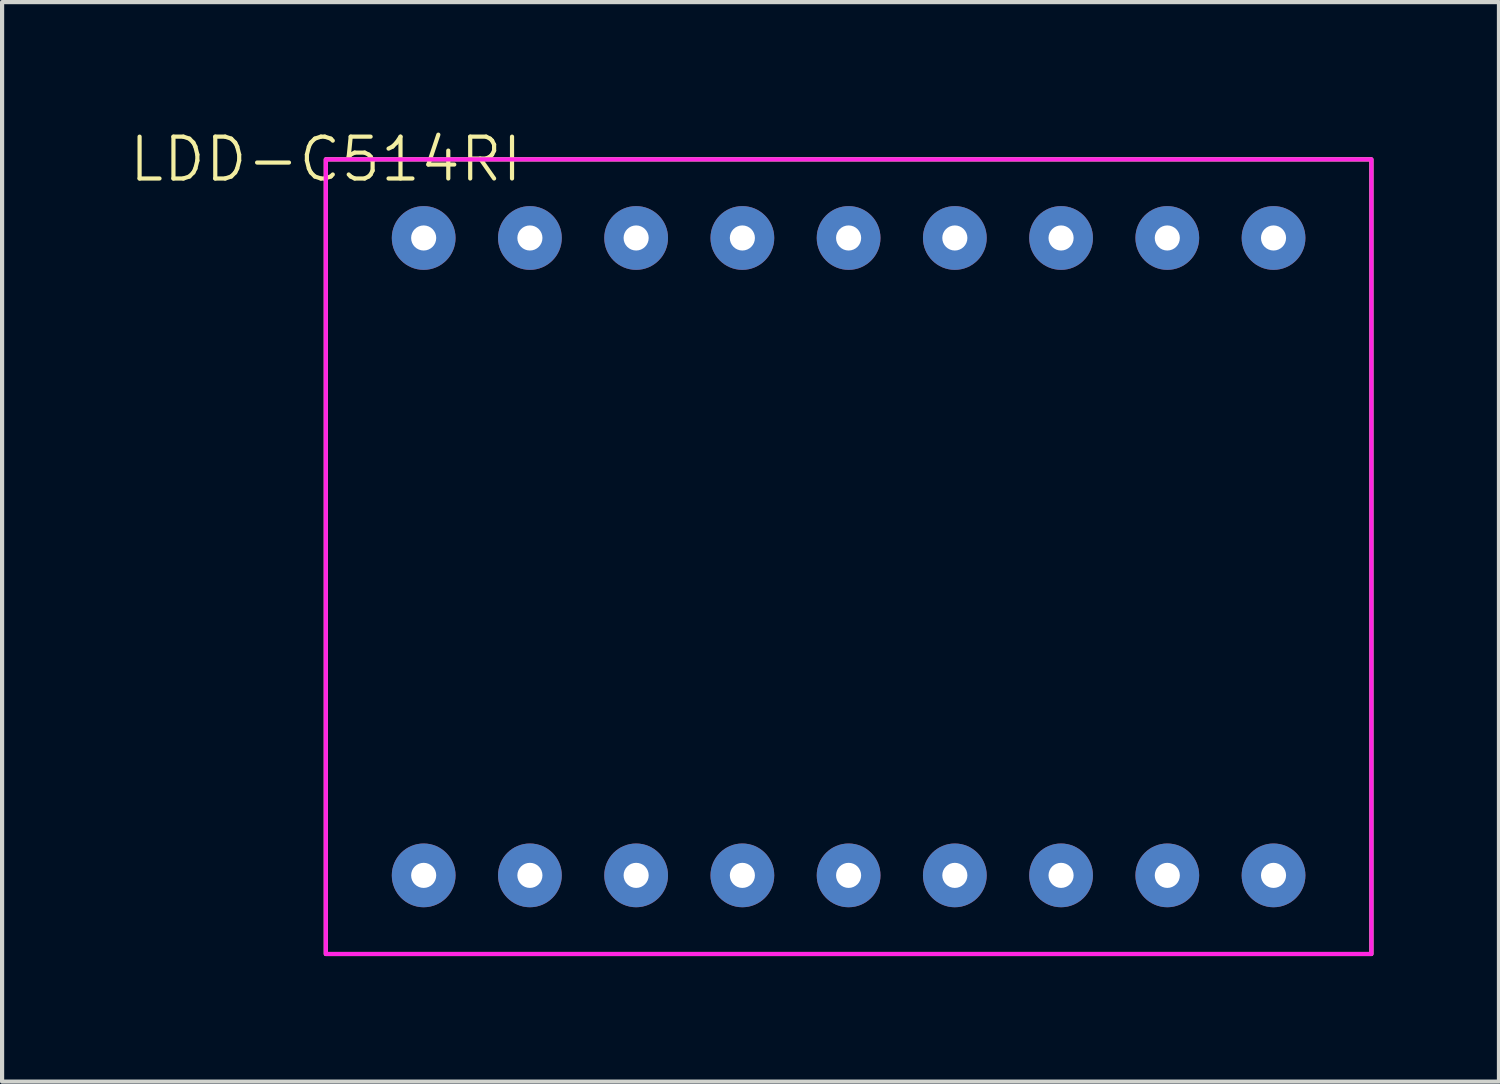
<source format=kicad_pcb>
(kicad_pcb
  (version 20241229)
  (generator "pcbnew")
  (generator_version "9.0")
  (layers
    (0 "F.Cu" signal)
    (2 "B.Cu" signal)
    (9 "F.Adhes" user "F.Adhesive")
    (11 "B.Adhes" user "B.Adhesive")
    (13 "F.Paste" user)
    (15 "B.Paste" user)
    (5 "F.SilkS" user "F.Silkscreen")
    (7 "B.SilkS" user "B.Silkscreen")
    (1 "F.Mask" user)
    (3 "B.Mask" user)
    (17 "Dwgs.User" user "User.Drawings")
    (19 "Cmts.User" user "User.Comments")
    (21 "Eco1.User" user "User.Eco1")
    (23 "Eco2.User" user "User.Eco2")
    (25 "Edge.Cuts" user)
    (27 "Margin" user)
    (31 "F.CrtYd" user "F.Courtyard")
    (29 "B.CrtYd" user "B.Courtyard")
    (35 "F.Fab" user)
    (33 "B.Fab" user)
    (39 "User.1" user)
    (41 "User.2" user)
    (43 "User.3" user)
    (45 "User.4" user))
  (footprint "LDD-C514RI"
    (layer "F.Cu")
    (at 4.74 0.76)
    (property "Reference" "LDD-C514RI" (at 0 0 0) (unlocked yes) (layer "F.SilkS") (effects (font (size 1 1) (thickness 0.1))))
    (attr through_hole)
    (fp_rect (start 0 0) (end 25 19) (stroke (width 0.1) (type default)) (fill no) (layer "F.SilkS"))
    (fp_rect (start 0 0) (end 25 19) (stroke (width 0.1) (type default)) (fill no) (layer "F.CrtYd"))
    (pad "1" thru_hole circle (at 2.34 17.12) (size 1.524 1.524) (drill 0.6) (layers "*.Cu" "*.Mask"))
    (pad "2" thru_hole circle (at 4.88 17.12) (size 1.524 1.524) (drill 0.6) (layers "*.Cu" "*.Mask"))
    (pad "3" thru_hole circle (at 7.42 17.12) (size 1.524 1.524) (drill 0.6) (layers "*.Cu" "*.Mask"))
    (pad "4" thru_hole circle (at 9.96 17.12) (size 1.524 1.524) (drill 0.6) (layers "*.Cu" "*.Mask"))
    (pad "5" thru_hole circle (at 12.5 17.12) (size 1.524 1.524) (drill 0.6) (layers "*.Cu" "*.Mask"))
    (pad "6" thru_hole circle (at 15.04 17.12) (size 1.524 1.524) (drill 0.6) (layers "*.Cu" "*.Mask"))
    (pad "7" thru_hole circle (at 17.58 17.12) (size 1.524 1.524) (drill 0.6) (layers "*.Cu" "*.Mask"))
    (pad "8" thru_hole circle (at 20.12 17.12) (size 1.524 1.524) (drill 0.6) (layers "*.Cu" "*.Mask"))
    (pad "9" thru_hole circle (at 22.66 17.12) (size 1.524 1.524) (drill 0.6) (layers "*.Cu" "*.Mask"))
    (pad "10" thru_hole circle (at 22.66 1.88) (size 1.524 1.524) (drill 0.6) (layers "*.Cu" "*.Mask"))
    (pad "11" thru_hole circle (at 20.12 1.88) (size 1.524 1.524) (drill 0.6) (layers "*.Cu" "*.Mask"))
    (pad "12" thru_hole circle (at 17.58 1.88) (size 1.524 1.524) (drill 0.6) (layers "*.Cu" "*.Mask"))
    (pad "13" thru_hole circle (at 15.04 1.88) (size 1.524 1.524) (drill 0.6) (layers "*.Cu" "*.Mask"))
    (pad "14" thru_hole circle (at 12.5 1.88) (size 1.524 1.524) (drill 0.6) (layers "*.Cu" "*.Mask"))
    (pad "15" thru_hole circle (at 9.96 1.88) (size 1.524 1.524) (drill 0.6) (layers "*.Cu" "*.Mask"))
    (pad "16" thru_hole circle (at 7.42 1.88) (size 1.524 1.524) (drill 0.6) (layers "*.Cu" "*.Mask"))
    (pad "17" thru_hole circle (at 4.88 1.88) (size 1.524 1.524) (drill 0.6) (layers "*.Cu" "*.Mask"))
    (pad "18" thru_hole circle (at 2.34 1.88) (size 1.524 1.524) (drill 0.6) (layers "*.Cu" "*.Mask")))
  (gr_rect
    (start -3 -3)
    (end 32.79 22.811)
    (stroke (width 0.1) (type default))
    (fill no)
    (layer "Edge.Cuts")))
</source>
